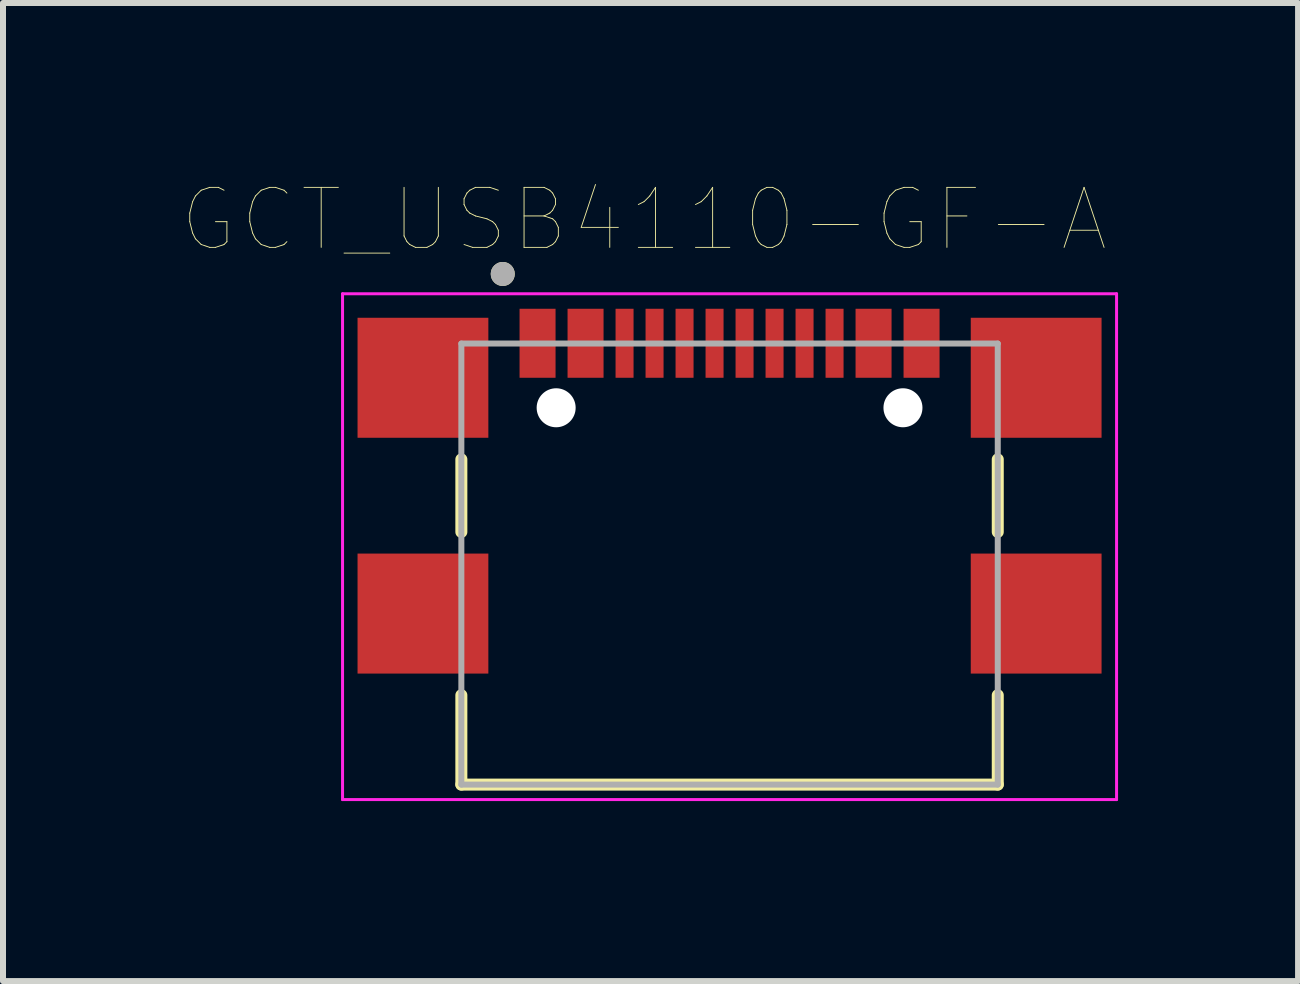
<source format=kicad_pcb>
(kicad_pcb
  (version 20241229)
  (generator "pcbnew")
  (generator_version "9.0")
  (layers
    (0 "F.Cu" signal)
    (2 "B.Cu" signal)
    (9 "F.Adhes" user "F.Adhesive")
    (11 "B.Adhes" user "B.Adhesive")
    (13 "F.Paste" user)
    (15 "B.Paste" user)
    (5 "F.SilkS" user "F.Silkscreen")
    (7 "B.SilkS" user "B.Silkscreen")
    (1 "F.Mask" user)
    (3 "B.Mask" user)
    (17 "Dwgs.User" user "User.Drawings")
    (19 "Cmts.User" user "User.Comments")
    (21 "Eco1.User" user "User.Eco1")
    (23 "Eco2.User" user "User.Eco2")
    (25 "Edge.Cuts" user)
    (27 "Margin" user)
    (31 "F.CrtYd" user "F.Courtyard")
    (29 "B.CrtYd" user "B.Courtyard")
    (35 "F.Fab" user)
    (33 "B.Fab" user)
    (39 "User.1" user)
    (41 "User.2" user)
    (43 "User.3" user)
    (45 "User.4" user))
  (footprint "GCT_USB4110-GF-A"
    (layer "F.Cu")
    (at 9.109 3.746)
    (property "Reference" "GCT_USB4110-GF-A" (at -1.425 -3.135 0) (layer "F.SilkS") (effects (font (size 1 1) (thickness 0.015))))
    (attr through_hole)
    (fp_line (start -4.47 0.86) (end -4.47 2.07) (stroke (width 0.2) (type solid)) (layer "F.SilkS"))
    (fp_line (start -4.47 4.79) (end -4.47 6.28) (stroke (width 0.2) (type solid)) (layer "F.SilkS"))
    (fp_line (start -4.47 6.28) (end 4.47 6.28) (stroke (width 0.2) (type solid)) (layer "F.SilkS"))
    (fp_line (start 4.47 0.86) (end 4.47 2.07) (stroke (width 0.2) (type solid)) (layer "F.SilkS"))
    (fp_line (start 4.47 6.28) (end 4.47 4.79) (stroke (width 0.2) (type solid)) (layer "F.SilkS"))
    (fp_circle (center -3.78 -2.23) (end -3.68 -2.23) (stroke (width 0.2) (type solid)) (fill no) (layer "F.SilkS"))
    (fp_line (start -6.45 -1.9) (end 6.45 -1.9) (stroke (width 0.05) (type solid)) (layer "F.CrtYd"))
    (fp_line (start -6.45 6.53) (end -6.45 -1.9) (stroke (width 0.05) (type solid)) (layer "F.CrtYd"))
    (fp_line (start 6.45 -1.9) (end 6.45 6.53) (stroke (width 0.05) (type solid)) (layer "F.CrtYd"))
    (fp_line (start 6.45 6.53) (end -6.45 6.53) (stroke (width 0.05) (type solid)) (layer "F.CrtYd"))
    (fp_line (start -4.47 -1.07) (end -4.47 6.28) (stroke (width 0.1) (type solid)) (layer "F.Fab"))
    (fp_line (start -4.47 6.28) (end 4.47 6.28) (stroke (width 0.1) (type solid)) (layer "F.Fab"))
    (fp_line (start 4.47 -1.07) (end -4.47 -1.07) (stroke (width 0.1) (type solid)) (layer "F.Fab"))
    (fp_line (start 4.47 6.28) (end 4.47 -1.07) (stroke (width 0.1) (type solid)) (layer "F.Fab"))
    (fp_circle (center -3.78 -2.23) (end -3.68 -2.23) (stroke (width 0.2) (type solid)) (fill no) (layer "F.Fab"))
    (pad "" np_thru_hole circle (at -2.89 0) (size 0.65 0.65) (drill 0.65) (layers "*.Cu" "*.Mask"))
    (pad "" np_thru_hole circle (at 2.89 0) (size 0.65 0.65) (drill 0.65) (layers "*.Cu" "*.Mask"))
    (pad "A1/B12" smd rect (at -3.2 -1.075) (size 0.6 1.15) (layers "F.Cu" "F.Mask" "F.Paste"))
    (pad "A4/B9" smd rect (at -2.4 -1.075) (size 0.6 1.15) (layers "F.Cu" "F.Mask" "F.Paste"))
    (pad "A5" smd rect (at -1.25 -1.075) (size 0.3 1.15) (layers "F.Cu" "F.Mask" "F.Paste"))
    (pad "A6" smd rect (at -0.25 -1.075) (size 0.3 1.15) (layers "F.Cu" "F.Mask" "F.Paste"))
    (pad "A7" smd rect (at 0.25 -1.075) (size 0.3 1.15) (layers "F.Cu" "F.Mask" "F.Paste"))
    (pad "A8" smd rect (at 1.25 -1.075) (size 0.3 1.15) (layers "F.Cu" "F.Mask" "F.Paste"))
    (pad "B1/A12" smd rect (at 3.2 -1.075) (size 0.6 1.15) (layers "F.Cu" "F.Mask" "F.Paste"))
    (pad "B4/A9" smd rect (at 2.4 -1.075) (size 0.6 1.15) (layers "F.Cu" "F.Mask" "F.Paste"))
    (pad "B5" smd rect (at 1.75 -1.075) (size 0.3 1.15) (layers "F.Cu" "F.Mask" "F.Paste"))
    (pad "B6" smd rect (at 0.75 -1.075) (size 0.3 1.15) (layers "F.Cu" "F.Mask" "F.Paste"))
    (pad "B7" smd rect (at -0.75 -1.075) (size 0.3 1.15) (layers "F.Cu" "F.Mask" "F.Paste"))
    (pad "B8" smd rect (at -1.75 -1.075) (size 0.3 1.15) (layers "F.Cu" "F.Mask" "F.Paste"))
    (pad "S1" smd rect (at -5.11 -0.5) (size 2.18 2) (layers "F.Cu" "F.Mask" "F.Paste"))
    (pad "S2" smd rect (at 5.11 -0.5) (size 2.18 2) (layers "F.Cu" "F.Mask" "F.Paste"))
    (pad "S3" smd rect (at -5.11 3.43) (size 2.18 2) (layers "F.Cu" "F.Mask" "F.Paste"))
    (pad "S4" smd rect (at 5.11 3.43) (size 2.18 2) (layers "F.Cu" "F.Mask" "F.Paste")))
  (gr_rect
    (start -3 -3)
    (end 18.584 13.301)
    (stroke (width 0.1) (type default))
    (fill no)
    (layer "Edge.Cuts")))
</source>
